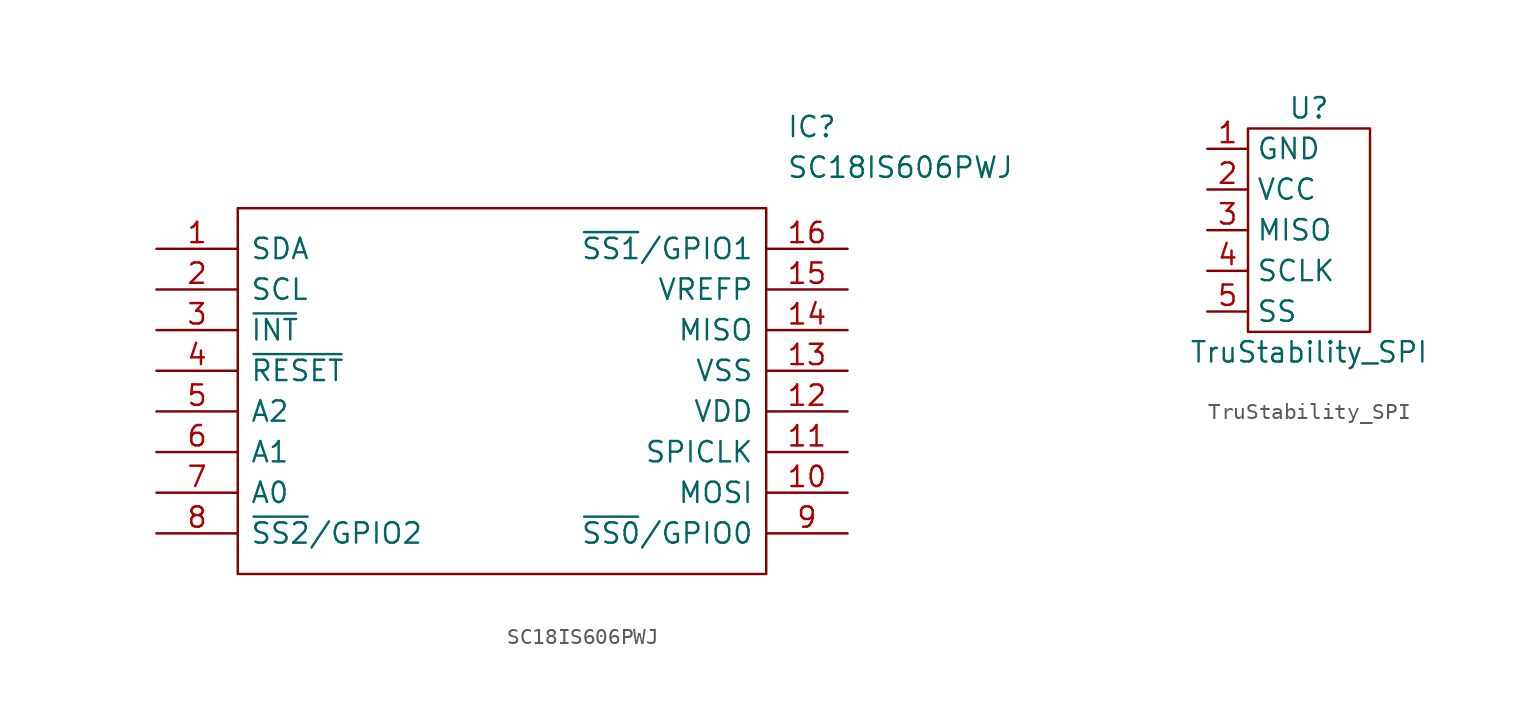
<source format=kicad_sym>
(kicad_symbol_lib
  (version 20211014)
  (generator kicad_symbol_editor)
  (symbol "SC18IS606PWJ"
    (pin_names
      (offset 0.762))
    (property "Reference" "IC"
      (at 39.37 7.62 0)
      (effects (font (size 1.27 1.27)) (justify left)))
    (property "Value" "SC18IS606PWJ"
      (at 39.37 5.08 0)
      (effects (font (size 1.27 1.27)) (justify left)))
    (symbol "SC18IS606PWJ_0_0"
      (pin passive line (at 0 0 0) (length 5.08) (name "SDA" (effects (font (size 1.27 1.27)))) (number "1" (effects (font (size 1.27 1.27)))))
      (pin passive line (at 43.18 -15.24 180) (length 5.08) (name "MOSI" (effects (font (size 1.27 1.27)))) (number "10" (effects (font (size 1.27 1.27)))))
      (pin passive line (at 43.18 -12.7 180) (length 5.08) (name "SPICLK" (effects (font (size 1.27 1.27)))) (number "11" (effects (font (size 1.27 1.27)))))
      (pin passive line (at 43.18 -10.16 180) (length 5.08) (name "VDD" (effects (font (size 1.27 1.27)))) (number "12" (effects (font (size 1.27 1.27)))))
      (pin passive line (at 43.18 -7.62 180) (length 5.08) (name "VSS" (effects (font (size 1.27 1.27)))) (number "13" (effects (font (size 1.27 1.27)))))
      (pin passive line (at 43.18 -5.08 180) (length 5.08) (name "MISO" (effects (font (size 1.27 1.27)))) (number "14" (effects (font (size 1.27 1.27)))))
      (pin passive line (at 43.18 -2.54 180) (length 5.08) (name "VREFP" (effects (font (size 1.27 1.27)))) (number "15" (effects (font (size 1.27 1.27)))))
      (pin passive line (at 43.18 0 180) (length 5.08) (name "~{SS1}/GPIO1" (effects (font (size 1.27 1.27)))) (number "16" (effects (font (size 1.27 1.27)))))
      (pin passive line (at 0 -2.54 0) (length 5.08) (name "SCL" (effects (font (size 1.27 1.27)))) (number "2" (effects (font (size 1.27 1.27)))))
      (pin passive line (at 0 -5.08 0) (length 5.08) (name "~{INT}" (effects (font (size 1.27 1.27)))) (number "3" (effects (font (size 1.27 1.27)))))
      (pin passive line (at 0 -7.62 0) (length 5.08) (name "~{RESET}" (effects (font (size 1.27 1.27)))) (number "4" (effects (font (size 1.27 1.27)))))
      (pin passive line (at 0 -10.16 0) (length 5.08) (name "A2" (effects (font (size 1.27 1.27)))) (number "5" (effects (font (size 1.27 1.27)))))
      (pin passive line (at 0 -12.7 0) (length 5.08) (name "A1" (effects (font (size 1.27 1.27)))) (number "6" (effects (font (size 1.27 1.27)))))
      (pin passive line (at 0 -15.24 0) (length 5.08) (name "A0" (effects (font (size 1.27 1.27)))) (number "7" (effects (font (size 1.27 1.27)))))
      (pin passive line (at 0 -17.78 0) (length 5.08) (name "~{SS2}/GPIO2" (effects (font (size 1.27 1.27)))) (number "8" (effects (font (size 1.27 1.27)))))
      (pin passive line (at 43.18 -17.78 180) (length 5.08) (name "~{SS0}/GPIO0" (effects (font (size 1.27 1.27)))) (number "9" (effects (font (size 1.27 1.27))))))
    (symbol "SC18IS606PWJ_0_1"
      (polyline (pts (xy 5.08 2.54) (xy 38.1 2.54) (xy 38.1 -20.32) (xy 5.08 -20.32) (xy 5.08 2.54)) (stroke (width 0.152) (type default) (color 0 0 0 0)) (fill (type none)))))
  (symbol "TruStability_SPI"
    (property "Reference" "U"
      (at 0 2.54 0)
      (effects (font (size 1.27 1.27))))
    (property "Value" "TruStability_SPI"
      (at 0 -12.7 0)
      (effects (font (size 1.27 1.27))))
    (symbol "TruStability_SPI_0_1"
      (rectangle (start -3.81 1.27) (end 3.81 -11.43) (stroke (width 0) (type default) (color 0 0 0 0)) (fill (type none))))
    (symbol "TruStability_SPI_1_1"
      (pin input line (at -6.35 0 0) (length 2.54) (name "GND" (effects (font (size 1.27 1.27)))) (number "1" (effects (font (size 1.27 1.27)))))
      (pin input line (at -6.35 -2.54 0) (length 2.54) (name "VCC" (effects (font (size 1.27 1.27)))) (number "2" (effects (font (size 1.27 1.27)))))
      (pin input line (at -6.35 -5.08 0) (length 2.54) (name "MISO" (effects (font (size 1.27 1.27)))) (number "3" (effects (font (size 1.27 1.27)))))
      (pin input line (at -6.35 -7.62 0) (length 2.54) (name "SCLK" (effects (font (size 1.27 1.27)))) (number "4" (effects (font (size 1.27 1.27)))))
      (pin input line (at -6.35 -10.16 0) (length 2.54) (name "SS" (effects (font (size 1.27 1.27)))) (number "5" (effects (font (size 1.27 1.27))))))))
</source>
